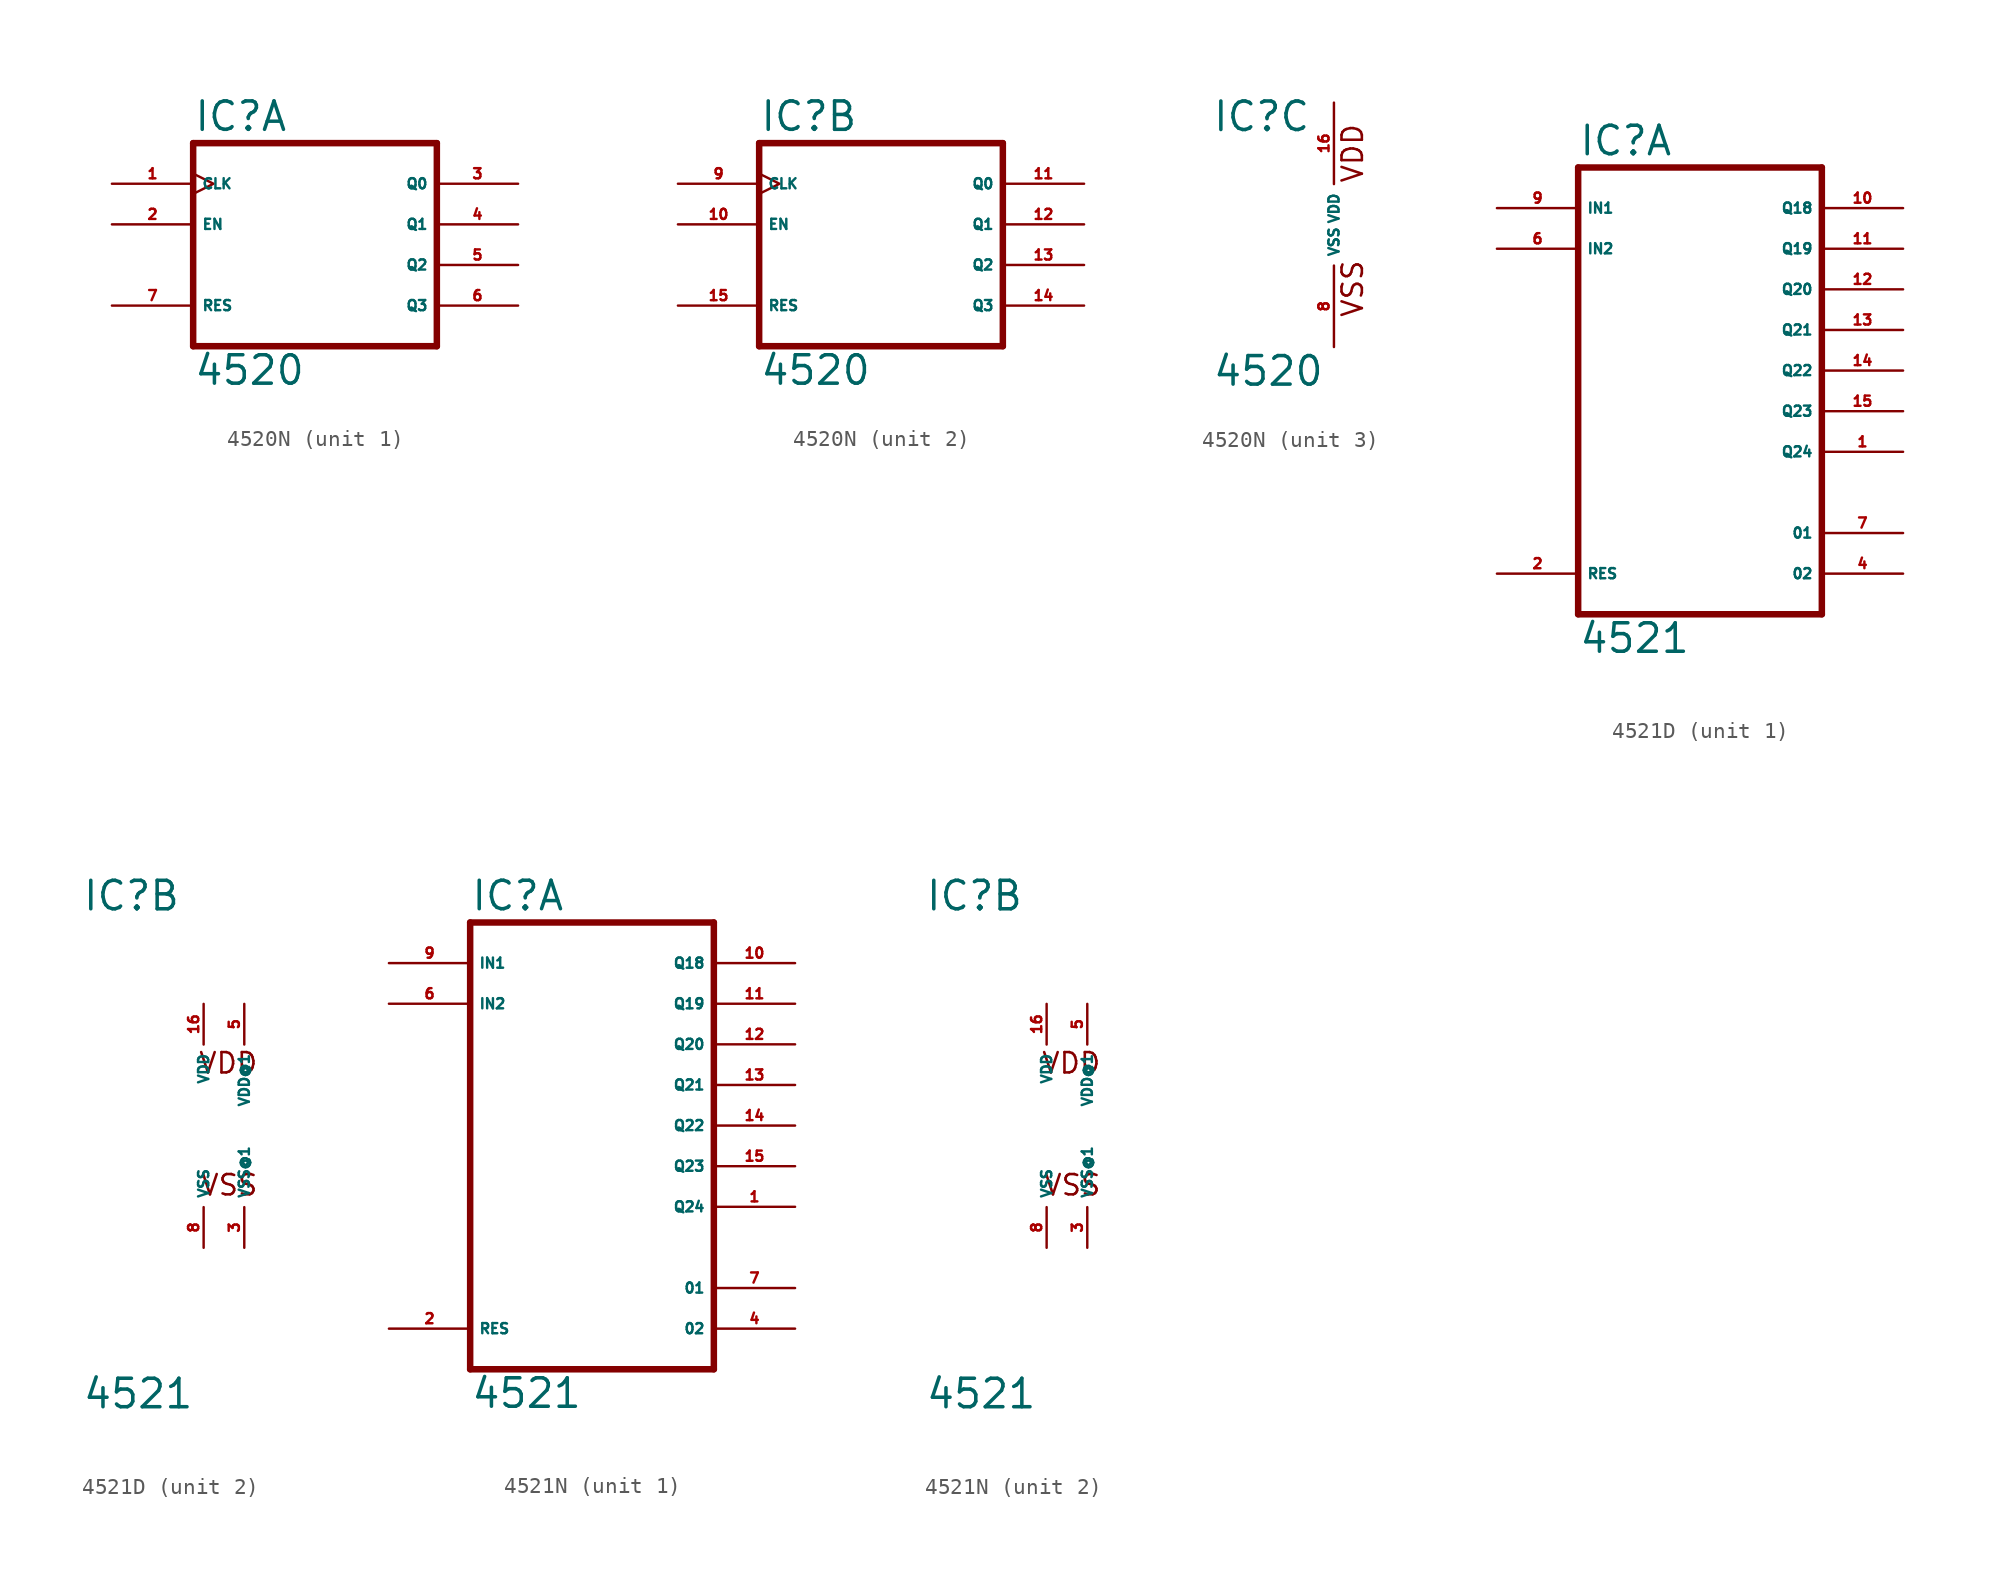
<source format=kicad_sym>
(kicad_symbol_lib
  (version 20220914)
  (generator Eagle2Kicad)
  (symbol "4520N"
    (property "Reference" "IC"
      (at -7.62 5.715 0)
      (effects (font (size 1.778 1.778) (thickness 0.22)) (justify left bottom)))
    (property "Value" "4520"
      (at -7.62 -10.16 0)
      (effects (font (size 1.778 1.778) (thickness 0.22)) (justify left bottom)))
    (symbol "4520N_1_0"
      (polyline (pts (xy -7.62 -7.62) (xy 7.62 -7.62)) (stroke (width 0.406) (type default)) (fill (type none)))
      (polyline (pts (xy 7.62 -7.62) (xy 7.62 5.08)) (stroke (width 0.406) (type default)) (fill (type none)))
      (polyline (pts (xy 7.62 5.08) (xy -7.62 5.08)) (stroke (width 0.406) (type default)) (fill (type none)))
      (polyline (pts (xy -7.62 5.08) (xy -7.62 -7.62)) (stroke (width 0.406) (type default)) (fill (type none)))
      (pin input clock (at -12.7 2.54 0) (length 5.08) (name "CLK" (effects (font (size 0.635 0.635) (thickness 0.08)) (justify left bottom))) (number "1" (effects (font (size 0.635 0.635) (thickness 0.08)) (justify left bottom))))
      (pin input line (at -12.7 0 0) (length 5.08) (name "EN" (effects (font (size 0.635 0.635) (thickness 0.08)) (justify left bottom))) (number "2" (effects (font (size 0.635 0.635) (thickness 0.08)) (justify left bottom))))
      (pin output line (at 12.7 2.54 180) (length 5.08) (name "Q0" (effects (font (size 0.635 0.635) (thickness 0.08)) (justify left bottom))) (number "3" (effects (font (size 0.635 0.635) (thickness 0.08)) (justify left bottom))))
      (pin output line (at 12.7 0 180) (length 5.08) (name "Q1" (effects (font (size 0.635 0.635) (thickness 0.08)) (justify left bottom))) (number "4" (effects (font (size 0.635 0.635) (thickness 0.08)) (justify left bottom))))
      (pin output line (at 12.7 -2.54 180) (length 5.08) (name "Q2" (effects (font (size 0.635 0.635) (thickness 0.08)) (justify left bottom))) (number "5" (effects (font (size 0.635 0.635) (thickness 0.08)) (justify left bottom))))
      (pin output line (at 12.7 -5.08 180) (length 5.08) (name "Q3" (effects (font (size 0.635 0.635) (thickness 0.08)) (justify left bottom))) (number "6" (effects (font (size 0.635 0.635) (thickness 0.08)) (justify left bottom))))
      (pin input line (at -12.7 -5.08 0) (length 5.08) (name "RES" (effects (font (size 0.635 0.635) (thickness 0.08)) (justify left bottom))) (number "7" (effects (font (size 0.635 0.635) (thickness 0.08)) (justify left bottom)))))
    (symbol "4520N_2_0"
      (polyline (pts (xy -7.62 -7.62) (xy 7.62 -7.62)) (stroke (width 0.406) (type default)) (fill (type none)))
      (polyline (pts (xy 7.62 -7.62) (xy 7.62 5.08)) (stroke (width 0.406) (type default)) (fill (type none)))
      (polyline (pts (xy 7.62 5.08) (xy -7.62 5.08)) (stroke (width 0.406) (type default)) (fill (type none)))
      (polyline (pts (xy -7.62 5.08) (xy -7.62 -7.62)) (stroke (width 0.406) (type default)) (fill (type none)))
      (pin input clock (at -12.7 2.54 0) (length 5.08) (name "CLK" (effects (font (size 0.635 0.635) (thickness 0.08)) (justify left bottom))) (number "9" (effects (font (size 0.635 0.635) (thickness 0.08)) (justify left bottom))))
      (pin input line (at -12.7 0 0) (length 5.08) (name "EN" (effects (font (size 0.635 0.635) (thickness 0.08)) (justify left bottom))) (number "10" (effects (font (size 0.635 0.635) (thickness 0.08)) (justify left bottom))))
      (pin output line (at 12.7 2.54 180) (length 5.08) (name "Q0" (effects (font (size 0.635 0.635) (thickness 0.08)) (justify left bottom))) (number "11" (effects (font (size 0.635 0.635) (thickness 0.08)) (justify left bottom))))
      (pin output line (at 12.7 0 180) (length 5.08) (name "Q1" (effects (font (size 0.635 0.635) (thickness 0.08)) (justify left bottom))) (number "12" (effects (font (size 0.635 0.635) (thickness 0.08)) (justify left bottom))))
      (pin output line (at 12.7 -2.54 180) (length 5.08) (name "Q2" (effects (font (size 0.635 0.635) (thickness 0.08)) (justify left bottom))) (number "13" (effects (font (size 0.635 0.635) (thickness 0.08)) (justify left bottom))))
      (pin output line (at 12.7 -5.08 180) (length 5.08) (name "Q3" (effects (font (size 0.635 0.635) (thickness 0.08)) (justify left bottom))) (number "14" (effects (font (size 0.635 0.635) (thickness 0.08)) (justify left bottom))))
      (pin input line (at -12.7 -5.08 0) (length 5.08) (name "RES" (effects (font (size 0.635 0.635) (thickness 0.08)) (justify left bottom))) (number "15" (effects (font (size 0.635 0.635) (thickness 0.08)) (justify left bottom)))))
    (symbol "4520N_3_0"
      (text "VDD" (at 1.905 2.54 900) (effects (font (size 1.27 1.27) (thickness 0.16)) (justify left bottom)))
      (text "VSS" (at 1.905 -5.842 900) (effects (font (size 1.27 1.27) (thickness 0.16)) (justify left bottom)))
      (pin unspecified line (at 0 -7.62 90) (length 5.08) (name "VSS" (effects (font (size 0.635 0.635) (thickness 0.08)) (justify left bottom))) (number "8" (effects (font (size 0.635 0.635) (thickness 0.08)) (justify left bottom))))
      (pin unspecified line (at 0 7.62 270) (length 5.08) (name "VDD" (effects (font (size 0.635 0.635) (thickness 0.08)) (justify left bottom))) (number "16" (effects (font (size 0.635 0.635) (thickness 0.08)) (justify left bottom))))))
  (symbol "4521D"
    (property "Reference" "IC"
      (at -7.62 13.335 0)
      (effects (font (size 1.778 1.778) (thickness 0.22)) (justify left bottom)))
    (property "Value" "4521"
      (at -7.62 -17.78 0)
      (effects (font (size 1.778 1.778) (thickness 0.22)) (justify left bottom)))
    (symbol "4521D_1_0"
      (polyline (pts (xy -7.62 -15.24) (xy 7.62 -15.24)) (stroke (width 0.406) (type default)) (fill (type none)))
      (polyline (pts (xy 7.62 -15.24) (xy 7.62 12.7)) (stroke (width 0.406) (type default)) (fill (type none)))
      (polyline (pts (xy 7.62 12.7) (xy -7.62 12.7)) (stroke (width 0.406) (type default)) (fill (type none)))
      (polyline (pts (xy -7.62 12.7) (xy -7.62 -15.24)) (stroke (width 0.406) (type default)) (fill (type none)))
      (pin output line (at 12.7 -5.08 180) (length 5.08) (name "Q24" (effects (font (size 0.635 0.635) (thickness 0.08)) (justify left bottom))) (number "1" (effects (font (size 0.635 0.635) (thickness 0.08)) (justify left bottom))))
      (pin input line (at -12.7 -12.7 0) (length 5.08) (name "RES" (effects (font (size 0.635 0.635) (thickness 0.08)) (justify left bottom))) (number "2" (effects (font (size 0.635 0.635) (thickness 0.08)) (justify left bottom))))
      (pin output line (at 12.7 -12.7 180) (length 5.08) (name "02" (effects (font (size 0.635 0.635) (thickness 0.08)) (justify left bottom))) (number "4" (effects (font (size 0.635 0.635) (thickness 0.08)) (justify left bottom))))
      (pin input line (at -12.7 7.62 0) (length 5.08) (name "IN2" (effects (font (size 0.635 0.635) (thickness 0.08)) (justify left bottom))) (number "6" (effects (font (size 0.635 0.635) (thickness 0.08)) (justify left bottom))))
      (pin output line (at 12.7 -10.16 180) (length 5.08) (name "01" (effects (font (size 0.635 0.635) (thickness 0.08)) (justify left bottom))) (number "7" (effects (font (size 0.635 0.635) (thickness 0.08)) (justify left bottom))))
      (pin input line (at -12.7 10.16 0) (length 5.08) (name "IN1" (effects (font (size 0.635 0.635) (thickness 0.08)) (justify left bottom))) (number "9" (effects (font (size 0.635 0.635) (thickness 0.08)) (justify left bottom))))
      (pin output line (at 12.7 10.16 180) (length 5.08) (name "Q18" (effects (font (size 0.635 0.635) (thickness 0.08)) (justify left bottom))) (number "10" (effects (font (size 0.635 0.635) (thickness 0.08)) (justify left bottom))))
      (pin output line (at 12.7 7.62 180) (length 5.08) (name "Q19" (effects (font (size 0.635 0.635) (thickness 0.08)) (justify left bottom))) (number "11" (effects (font (size 0.635 0.635) (thickness 0.08)) (justify left bottom))))
      (pin output line (at 12.7 5.08 180) (length 5.08) (name "Q20" (effects (font (size 0.635 0.635) (thickness 0.08)) (justify left bottom))) (number "12" (effects (font (size 0.635 0.635) (thickness 0.08)) (justify left bottom))))
      (pin output line (at 12.7 2.54 180) (length 5.08) (name "Q21" (effects (font (size 0.635 0.635) (thickness 0.08)) (justify left bottom))) (number "13" (effects (font (size 0.635 0.635) (thickness 0.08)) (justify left bottom))))
      (pin output line (at 12.7 0 180) (length 5.08) (name "Q22" (effects (font (size 0.635 0.635) (thickness 0.08)) (justify left bottom))) (number "14" (effects (font (size 0.635 0.635) (thickness 0.08)) (justify left bottom))))
      (pin output line (at 12.7 -2.54 180) (length 5.08) (name "Q23" (effects (font (size 0.635 0.635) (thickness 0.08)) (justify left bottom))) (number "15" (effects (font (size 0.635 0.635) (thickness 0.08)) (justify left bottom)))))
    (symbol "4521D_2_0"
      (text "VDD" (at -0.381 3.175 0) (effects (font (size 1.27 1.27) (thickness 0.16)) (justify left bottom)))
      (text "VSS" (at -0.254 -4.445 0) (effects (font (size 1.27 1.27) (thickness 0.16)) (justify left bottom)))
      (pin unspecified line (at 0 -7.62 90) (length 2.54) (name "VSS" (effects (font (size 0.635 0.635) (thickness 0.08)) (justify left bottom))) (number "8" (effects (font (size 0.635 0.635) (thickness 0.08)) (justify left bottom))))
      (pin unspecified line (at 0 7.62 270) (length 2.54) (name "VDD" (effects (font (size 0.635 0.635) (thickness 0.08)) (justify left bottom))) (number "16" (effects (font (size 0.635 0.635) (thickness 0.08)) (justify left bottom))))
      (pin unspecified line (at 2.54 7.62 270) (length 2.54) (name "VDD@1" (effects (font (size 0.635 0.635) (thickness 0.08)) (justify left bottom))) (number "5" (effects (font (size 0.635 0.635) (thickness 0.08)) (justify left bottom))))
      (pin unspecified line (at 2.54 -7.62 90) (length 2.54) (name "VSS@1" (effects (font (size 0.635 0.635) (thickness 0.08)) (justify left bottom))) (number "3" (effects (font (size 0.635 0.635) (thickness 0.08)) (justify left bottom))))))
  (symbol "4521N"
    (property "Reference" "IC"
      (at -7.62 13.335 0)
      (effects (font (size 1.778 1.778) (thickness 0.22)) (justify left bottom)))
    (property "Value" "4521"
      (at -7.62 -17.78 0)
      (effects (font (size 1.778 1.778) (thickness 0.22)) (justify left bottom)))
    (symbol "4521N_1_0"
      (polyline (pts (xy -7.62 -15.24) (xy 7.62 -15.24)) (stroke (width 0.406) (type default)) (fill (type none)))
      (polyline (pts (xy 7.62 -15.24) (xy 7.62 12.7)) (stroke (width 0.406) (type default)) (fill (type none)))
      (polyline (pts (xy 7.62 12.7) (xy -7.62 12.7)) (stroke (width 0.406) (type default)) (fill (type none)))
      (polyline (pts (xy -7.62 12.7) (xy -7.62 -15.24)) (stroke (width 0.406) (type default)) (fill (type none)))
      (pin output line (at 12.7 -5.08 180) (length 5.08) (name "Q24" (effects (font (size 0.635 0.635) (thickness 0.08)) (justify left bottom))) (number "1" (effects (font (size 0.635 0.635) (thickness 0.08)) (justify left bottom))))
      (pin input line (at -12.7 -12.7 0) (length 5.08) (name "RES" (effects (font (size 0.635 0.635) (thickness 0.08)) (justify left bottom))) (number "2" (effects (font (size 0.635 0.635) (thickness 0.08)) (justify left bottom))))
      (pin output line (at 12.7 -12.7 180) (length 5.08) (name "02" (effects (font (size 0.635 0.635) (thickness 0.08)) (justify left bottom))) (number "4" (effects (font (size 0.635 0.635) (thickness 0.08)) (justify left bottom))))
      (pin input line (at -12.7 7.62 0) (length 5.08) (name "IN2" (effects (font (size 0.635 0.635) (thickness 0.08)) (justify left bottom))) (number "6" (effects (font (size 0.635 0.635) (thickness 0.08)) (justify left bottom))))
      (pin output line (at 12.7 -10.16 180) (length 5.08) (name "01" (effects (font (size 0.635 0.635) (thickness 0.08)) (justify left bottom))) (number "7" (effects (font (size 0.635 0.635) (thickness 0.08)) (justify left bottom))))
      (pin input line (at -12.7 10.16 0) (length 5.08) (name "IN1" (effects (font (size 0.635 0.635) (thickness 0.08)) (justify left bottom))) (number "9" (effects (font (size 0.635 0.635) (thickness 0.08)) (justify left bottom))))
      (pin output line (at 12.7 10.16 180) (length 5.08) (name "Q18" (effects (font (size 0.635 0.635) (thickness 0.08)) (justify left bottom))) (number "10" (effects (font (size 0.635 0.635) (thickness 0.08)) (justify left bottom))))
      (pin output line (at 12.7 7.62 180) (length 5.08) (name "Q19" (effects (font (size 0.635 0.635) (thickness 0.08)) (justify left bottom))) (number "11" (effects (font (size 0.635 0.635) (thickness 0.08)) (justify left bottom))))
      (pin output line (at 12.7 5.08 180) (length 5.08) (name "Q20" (effects (font (size 0.635 0.635) (thickness 0.08)) (justify left bottom))) (number "12" (effects (font (size 0.635 0.635) (thickness 0.08)) (justify left bottom))))
      (pin output line (at 12.7 2.54 180) (length 5.08) (name "Q21" (effects (font (size 0.635 0.635) (thickness 0.08)) (justify left bottom))) (number "13" (effects (font (size 0.635 0.635) (thickness 0.08)) (justify left bottom))))
      (pin output line (at 12.7 0 180) (length 5.08) (name "Q22" (effects (font (size 0.635 0.635) (thickness 0.08)) (justify left bottom))) (number "14" (effects (font (size 0.635 0.635) (thickness 0.08)) (justify left bottom))))
      (pin output line (at 12.7 -2.54 180) (length 5.08) (name "Q23" (effects (font (size 0.635 0.635) (thickness 0.08)) (justify left bottom))) (number "15" (effects (font (size 0.635 0.635) (thickness 0.08)) (justify left bottom)))))
    (symbol "4521N_2_0"
      (text "VDD" (at -0.381 3.175 0) (effects (font (size 1.27 1.27) (thickness 0.16)) (justify left bottom)))
      (text "VSS" (at -0.254 -4.445 0) (effects (font (size 1.27 1.27) (thickness 0.16)) (justify left bottom)))
      (pin unspecified line (at 0 -7.62 90) (length 2.54) (name "VSS" (effects (font (size 0.635 0.635) (thickness 0.08)) (justify left bottom))) (number "8" (effects (font (size 0.635 0.635) (thickness 0.08)) (justify left bottom))))
      (pin unspecified line (at 0 7.62 270) (length 2.54) (name "VDD" (effects (font (size 0.635 0.635) (thickness 0.08)) (justify left bottom))) (number "16" (effects (font (size 0.635 0.635) (thickness 0.08)) (justify left bottom))))
      (pin unspecified line (at 2.54 7.62 270) (length 2.54) (name "VDD@1" (effects (font (size 0.635 0.635) (thickness 0.08)) (justify left bottom))) (number "5" (effects (font (size 0.635 0.635) (thickness 0.08)) (justify left bottom))))
      (pin unspecified line (at 2.54 -7.62 90) (length 2.54) (name "VSS@1" (effects (font (size 0.635 0.635) (thickness 0.08)) (justify left bottom))) (number "3" (effects (font (size 0.635 0.635) (thickness 0.08)) (justify left bottom)))))))
</source>
